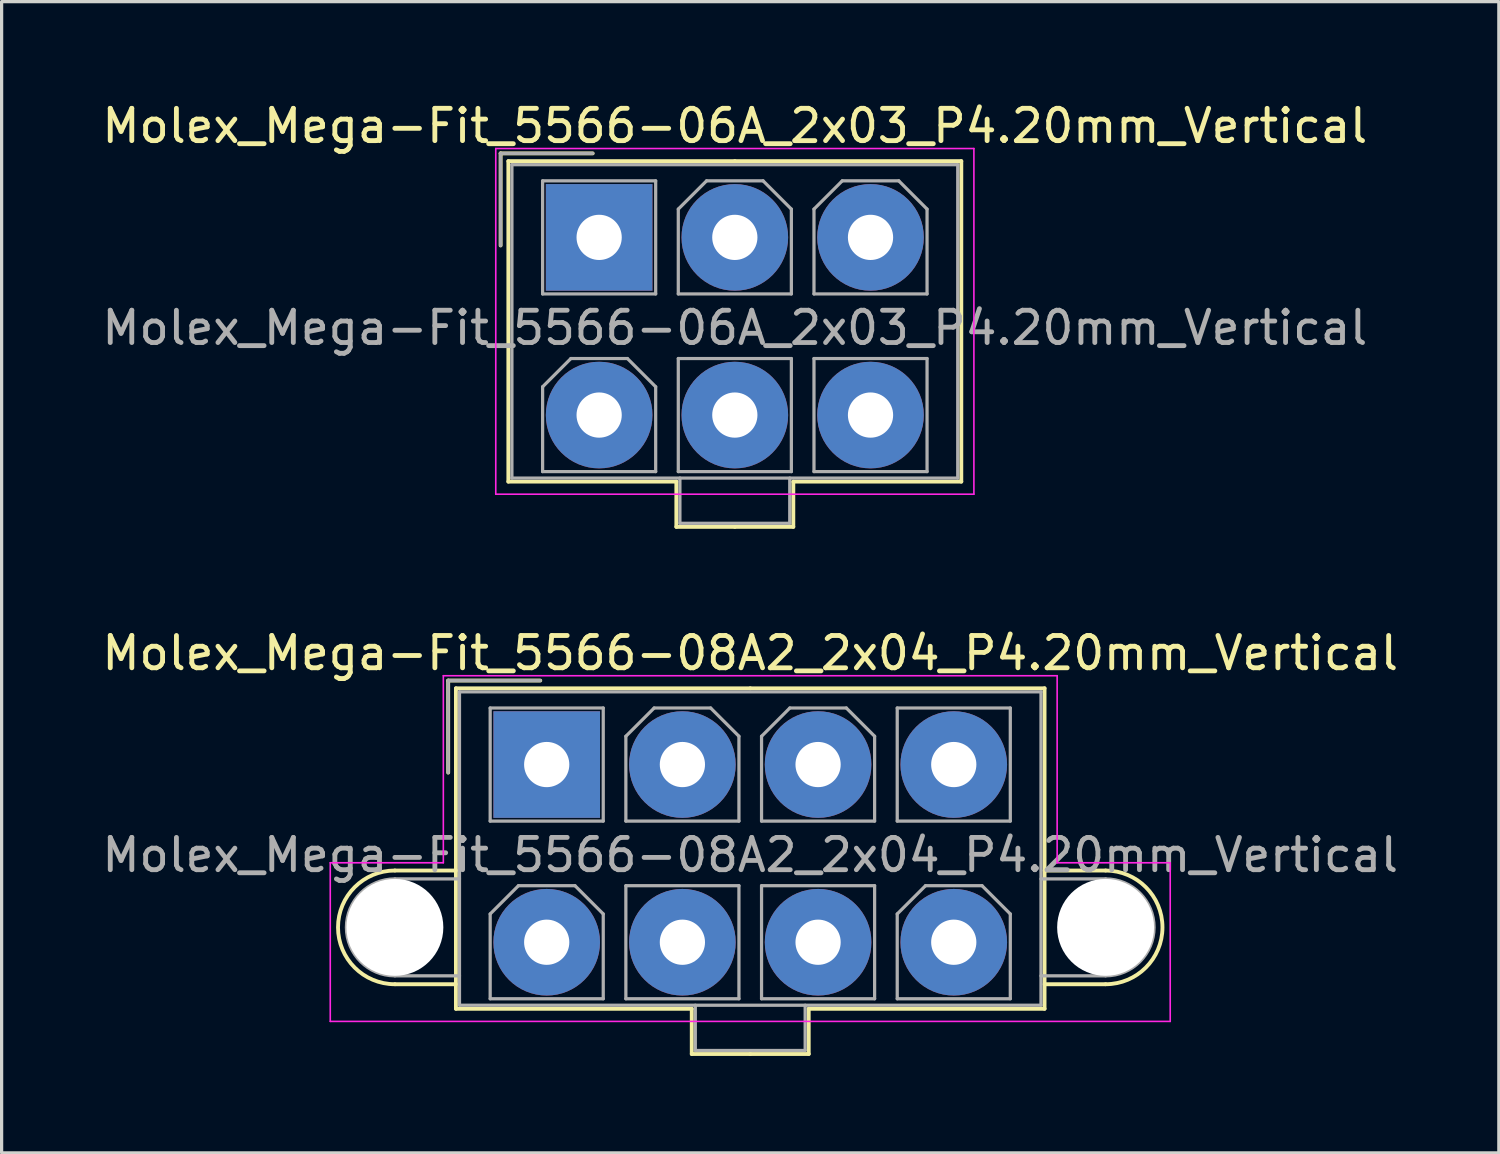
<source format=kicad_pcb>
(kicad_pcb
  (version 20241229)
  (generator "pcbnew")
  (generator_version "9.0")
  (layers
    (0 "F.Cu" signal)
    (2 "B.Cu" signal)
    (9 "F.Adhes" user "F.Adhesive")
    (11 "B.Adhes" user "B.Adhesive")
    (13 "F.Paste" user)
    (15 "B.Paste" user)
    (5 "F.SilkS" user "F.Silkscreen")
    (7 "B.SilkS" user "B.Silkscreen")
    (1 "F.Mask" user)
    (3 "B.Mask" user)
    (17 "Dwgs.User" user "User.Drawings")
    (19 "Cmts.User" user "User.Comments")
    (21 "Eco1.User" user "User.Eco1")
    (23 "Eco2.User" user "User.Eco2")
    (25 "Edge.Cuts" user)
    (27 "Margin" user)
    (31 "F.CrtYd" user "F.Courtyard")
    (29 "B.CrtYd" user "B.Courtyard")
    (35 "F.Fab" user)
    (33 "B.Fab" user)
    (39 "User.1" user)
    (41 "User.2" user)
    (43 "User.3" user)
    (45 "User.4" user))
  (footprint "Molex_Mega-Fit_5566-06A_2x03_P4.20mm_Vertical"
    (layer "F.Cu")
    (at 15.496 4.298)
    (property "Reference" "Molex_Mega-Fit_5566-06A_2x03_P4.20mm_Vertical" (at 4.2 -3.45 0) (layer "F.SilkS") (effects (font (size 1 1) (thickness 0.15))))
    (attr through_hole)
    (fp_line (start -3.05 -2.6) (end -3.05 0.25) (stroke (width 0.12) (type solid)) (layer "F.SilkS"))
    (fp_line (start -2.81 -2.36) (end -2.81 7.56) (stroke (width 0.12) (type solid)) (layer "F.SilkS"))
    (fp_line (start -2.81 7.56) (end 2.39 7.56) (stroke (width 0.12) (type solid)) (layer "F.SilkS"))
    (fp_line (start -0.2 -2.6) (end -3.05 -2.6) (stroke (width 0.12) (type solid)) (layer "F.SilkS"))
    (fp_line (start 2.39 7.56) (end 2.39 8.96) (stroke (width 0.12) (type solid)) (layer "F.SilkS"))
    (fp_line (start 2.39 8.96) (end 4.2 8.96) (stroke (width 0.12) (type solid)) (layer "F.SilkS"))
    (fp_line (start 4.2 -2.36) (end -2.81 -2.36) (stroke (width 0.12) (type solid)) (layer "F.SilkS"))
    (fp_line (start 4.2 -2.36) (end 11.21 -2.36) (stroke (width 0.12) (type solid)) (layer "F.SilkS"))
    (fp_line (start 6.01 7.56) (end 6.01 8.96) (stroke (width 0.12) (type solid)) (layer "F.SilkS"))
    (fp_line (start 6.01 8.96) (end 4.2 8.96) (stroke (width 0.12) (type solid)) (layer "F.SilkS"))
    (fp_line (start 11.21 -2.36) (end 11.21 7.56) (stroke (width 0.12) (type solid)) (layer "F.SilkS"))
    (fp_line (start 11.21 7.56) (end 6.01 7.56) (stroke (width 0.12) (type solid)) (layer "F.SilkS"))
    (fp_line (start -3.2 -2.75) (end -3.2 7.95) (stroke (width 0.05) (type solid)) (layer "F.CrtYd"))
    (fp_line (start -3.2 7.95) (end 11.6 7.95) (stroke (width 0.05) (type solid)) (layer "F.CrtYd"))
    (fp_line (start 11.6 -2.75) (end -3.2 -2.75) (stroke (width 0.05) (type solid)) (layer "F.CrtYd"))
    (fp_line (start 11.6 7.95) (end 11.6 -2.75) (stroke (width 0.05) (type solid)) (layer "F.CrtYd"))
    (fp_line (start -3.05 -2.6) (end -3.05 0.25) (stroke (width 0.1) (type solid)) (layer "F.Fab"))
    (fp_line (start -2.7 -2.25) (end -2.7 7.45) (stroke (width 0.1) (type solid)) (layer "F.Fab"))
    (fp_line (start -2.7 7.45) (end 11.1 7.45) (stroke (width 0.1) (type solid)) (layer "F.Fab"))
    (fp_line (start -1.75 -1.75) (end -1.75 1.75) (stroke (width 0.1) (type solid)) (layer "F.Fab"))
    (fp_line (start -1.75 1.75) (end 1.75 1.75) (stroke (width 0.1) (type solid)) (layer "F.Fab"))
    (fp_line (start -1.75 4.625) (end -0.875 3.75) (stroke (width 0.1) (type solid)) (layer "F.Fab"))
    (fp_line (start -1.75 7.25) (end -1.75 4.625) (stroke (width 0.1) (type solid)) (layer "F.Fab"))
    (fp_line (start -0.875 3.75) (end 0.875 3.75) (stroke (width 0.1) (type solid)) (layer "F.Fab"))
    (fp_line (start -0.2 -2.6) (end -3.05 -2.6) (stroke (width 0.1) (type solid)) (layer "F.Fab"))
    (fp_line (start 0.875 3.75) (end 1.75 4.625) (stroke (width 0.1) (type solid)) (layer "F.Fab"))
    (fp_line (start 1.75 -1.75) (end -1.75 -1.75) (stroke (width 0.1) (type solid)) (layer "F.Fab"))
    (fp_line (start 1.75 1.75) (end 1.75 -1.75) (stroke (width 0.1) (type solid)) (layer "F.Fab"))
    (fp_line (start 1.75 4.625) (end 1.75 7.25) (stroke (width 0.1) (type solid)) (layer "F.Fab"))
    (fp_line (start 1.75 7.25) (end -1.75 7.25) (stroke (width 0.1) (type solid)) (layer "F.Fab"))
    (fp_line (start 2.45 -0.875) (end 3.325 -1.75) (stroke (width 0.1) (type solid)) (layer "F.Fab"))
    (fp_line (start 2.45 1.75) (end 2.45 -0.875) (stroke (width 0.1) (type solid)) (layer "F.Fab"))
    (fp_line (start 2.45 3.75) (end 2.45 7.25) (stroke (width 0.1) (type solid)) (layer "F.Fab"))
    (fp_line (start 2.45 7.25) (end 5.95 7.25) (stroke (width 0.1) (type solid)) (layer "F.Fab"))
    (fp_line (start 2.5 7.45) (end 2.5 8.85) (stroke (width 0.1) (type solid)) (layer "F.Fab"))
    (fp_line (start 2.5 8.85) (end 5.9 8.85) (stroke (width 0.1) (type solid)) (layer "F.Fab"))
    (fp_line (start 3.325 -1.75) (end 5.075 -1.75) (stroke (width 0.1) (type solid)) (layer "F.Fab"))
    (fp_line (start 5.075 -1.75) (end 5.95 -0.875) (stroke (width 0.1) (type solid)) (layer "F.Fab"))
    (fp_line (start 5.9 8.85) (end 5.9 7.45) (stroke (width 0.1) (type solid)) (layer "F.Fab"))
    (fp_line (start 5.95 -0.875) (end 5.95 1.75) (stroke (width 0.1) (type solid)) (layer "F.Fab"))
    (fp_line (start 5.95 1.75) (end 2.45 1.75) (stroke (width 0.1) (type solid)) (layer "F.Fab"))
    (fp_line (start 5.95 3.75) (end 2.45 3.75) (stroke (width 0.1) (type solid)) (layer "F.Fab"))
    (fp_line (start 5.95 7.25) (end 5.95 3.75) (stroke (width 0.1) (type solid)) (layer "F.Fab"))
    (fp_line (start 6.65 -0.875) (end 7.525 -1.75) (stroke (width 0.1) (type solid)) (layer "F.Fab"))
    (fp_line (start 6.65 1.75) (end 6.65 -0.875) (stroke (width 0.1) (type solid)) (layer "F.Fab"))
    (fp_line (start 6.65 3.75) (end 6.65 7.25) (stroke (width 0.1) (type solid)) (layer "F.Fab"))
    (fp_line (start 6.65 7.25) (end 10.15 7.25) (stroke (width 0.1) (type solid)) (layer "F.Fab"))
    (fp_line (start 7.525 -1.75) (end 9.275 -1.75) (stroke (width 0.1) (type solid)) (layer "F.Fab"))
    (fp_line (start 9.275 -1.75) (end 10.15 -0.875) (stroke (width 0.1) (type solid)) (layer "F.Fab"))
    (fp_line (start 10.15 -0.875) (end 10.15 1.75) (stroke (width 0.1) (type solid)) (layer "F.Fab"))
    (fp_line (start 10.15 1.75) (end 6.65 1.75) (stroke (width 0.1) (type solid)) (layer "F.Fab"))
    (fp_line (start 10.15 3.75) (end 6.65 3.75) (stroke (width 0.1) (type solid)) (layer "F.Fab"))
    (fp_line (start 10.15 7.25) (end 10.15 3.75) (stroke (width 0.1) (type solid)) (layer "F.Fab"))
    (fp_line (start 11.1 -2.25) (end -2.7 -2.25) (stroke (width 0.1) (type solid)) (layer "F.Fab"))
    (fp_line (start 11.1 7.45) (end 11.1 -2.25) (stroke (width 0.1) (type solid)) (layer "F.Fab"))
    (fp_text user "${REFERENCE}" (at 4.2 2.8 0) (layer "F.Fab") (effects (font (size 1 1) (thickness 0.15))))
    (pad "1" thru_hole rect (at 0 0) (size 3.3 3.3) (drill 1.4) (layers "*.Cu" "*.Mask"))
    (pad "2" thru_hole circle (at 4.2 0) (size 3.3 3.3) (drill 1.4) (layers "*.Cu" "*.Mask"))
    (pad "3" thru_hole circle (at 8.4 0) (size 3.3 3.3) (drill 1.4) (layers "*.Cu" "*.Mask"))
    (pad "4" thru_hole circle (at 0 5.5) (size 3.3 3.3) (drill 1.4) (layers "*.Cu" "*.Mask"))
    (pad "5" thru_hole circle (at 4.2 5.5) (size 3.3 3.3) (drill 1.4) (layers "*.Cu" "*.Mask"))
    (pad "6" thru_hole circle (at 8.4 5.5) (size 3.3 3.3) (drill 1.4) (layers "*.Cu" "*.Mask")))
  (footprint "Molex_Mega-Fit_5566-08A2_2x04_P4.20mm_Vertical"
    (layer "F.Cu")
    (at 13.873 20.616)
    (property "Reference" "Molex_Mega-Fit_5566-08A2_2x04_P4.20mm_Vertical" (at 6.3 -3.45 0) (layer "F.SilkS") (effects (font (size 1 1) (thickness 0.15))))
    (attr through_hole)
    (fp_line (start -4.7 3.28) (end -2.81 3.28) (stroke (width 0.12) (type solid)) (layer "F.SilkS"))
    (fp_line (start -4.7 6.8) (end -2.81 6.8) (stroke (width 0.12) (type solid)) (layer "F.SilkS"))
    (fp_line (start -3.05 -2.6) (end -3.05 0.25) (stroke (width 0.12) (type solid)) (layer "F.SilkS"))
    (fp_line (start -2.81 -2.36) (end -2.81 7.56) (stroke (width 0.12) (type solid)) (layer "F.SilkS"))
    (fp_line (start -2.81 7.56) (end 4.49 7.56) (stroke (width 0.12) (type solid)) (layer "F.SilkS"))
    (fp_line (start -0.2 -2.6) (end -3.05 -2.6) (stroke (width 0.12) (type solid)) (layer "F.SilkS"))
    (fp_line (start 4.49 7.56) (end 4.49 8.96) (stroke (width 0.12) (type solid)) (layer "F.SilkS"))
    (fp_line (start 4.49 8.96) (end 6.3 8.96) (stroke (width 0.12) (type solid)) (layer "F.SilkS"))
    (fp_line (start 6.3 -2.36) (end -2.81 -2.36) (stroke (width 0.12) (type solid)) (layer "F.SilkS"))
    (fp_line (start 6.3 -2.36) (end 15.41 -2.36) (stroke (width 0.12) (type solid)) (layer "F.SilkS"))
    (fp_line (start 8.11 7.56) (end 8.11 8.96) (stroke (width 0.12) (type solid)) (layer "F.SilkS"))
    (fp_line (start 8.11 8.96) (end 6.3 8.96) (stroke (width 0.12) (type solid)) (layer "F.SilkS"))
    (fp_line (start 15.41 -2.36) (end 15.41 7.56) (stroke (width 0.12) (type solid)) (layer "F.SilkS"))
    (fp_line (start 15.41 7.56) (end 8.11 7.56) (stroke (width 0.12) (type solid)) (layer "F.SilkS"))
    (fp_line (start 17.3 3.28) (end 15.41 3.28) (stroke (width 0.12) (type solid)) (layer "F.SilkS"))
    (fp_line (start 17.3 6.8) (end 15.41 6.8) (stroke (width 0.12) (type solid)) (layer "F.SilkS"))
    (fp_arc (start -4.7 6.8) (mid -6.46 5.04) (end -4.7 3.28) (stroke (width 0.12) (type solid)) (layer "F.SilkS"))
    (fp_arc (start 17.3 3.28) (mid 19.06 5.04) (end 17.3 6.8) (stroke (width 0.12) (type solid)) (layer "F.SilkS"))
    (fp_line (start -6.7 3.04) (end -6.7 7.95) (stroke (width 0.05) (type solid)) (layer "F.CrtYd"))
    (fp_line (start -6.7 7.95) (end 19.3 7.95) (stroke (width 0.05) (type solid)) (layer "F.CrtYd"))
    (fp_line (start -3.2 -2.75) (end -3.2 3.04) (stroke (width 0.05) (type solid)) (layer "F.CrtYd"))
    (fp_line (start -3.2 3.04) (end -6.7 3.04) (stroke (width 0.05) (type solid)) (layer "F.CrtYd"))
    (fp_line (start 15.8 -2.75) (end -3.2 -2.75) (stroke (width 0.05) (type solid)) (layer "F.CrtYd"))
    (fp_line (start 15.8 3.04) (end 15.8 -2.75) (stroke (width 0.05) (type solid)) (layer "F.CrtYd"))
    (fp_line (start 19.3 3.04) (end 15.8 3.04) (stroke (width 0.05) (type solid)) (layer "F.CrtYd"))
    (fp_line (start 19.3 7.95) (end 19.3 3.04) (stroke (width 0.05) (type solid)) (layer "F.CrtYd"))
    (fp_line (start -4.7 3.54) (end -2.7 3.54) (stroke (width 0.1) (type solid)) (layer "F.Fab"))
    (fp_line (start -4.7 6.54) (end -2.7 6.54) (stroke (width 0.1) (type solid)) (layer "F.Fab"))
    (fp_line (start -3.05 -2.6) (end -3.05 0.25) (stroke (width 0.1) (type solid)) (layer "F.Fab"))
    (fp_line (start -2.7 -2.25) (end -2.7 7.45) (stroke (width 0.1) (type solid)) (layer "F.Fab"))
    (fp_line (start -2.7 7.45) (end 15.3 7.45) (stroke (width 0.1) (type solid)) (layer "F.Fab"))
    (fp_line (start -1.75 -1.75) (end -1.75 1.75) (stroke (width 0.1) (type solid)) (layer "F.Fab"))
    (fp_line (start -1.75 1.75) (end 1.75 1.75) (stroke (width 0.1) (type solid)) (layer "F.Fab"))
    (fp_line (start -1.75 4.625) (end -0.875 3.75) (stroke (width 0.1) (type solid)) (layer "F.Fab"))
    (fp_line (start -1.75 7.25) (end -1.75 4.625) (stroke (width 0.1) (type solid)) (layer "F.Fab"))
    (fp_line (start -0.875 3.75) (end 0.875 3.75) (stroke (width 0.1) (type solid)) (layer "F.Fab"))
    (fp_line (start -0.2 -2.6) (end -3.05 -2.6) (stroke (width 0.1) (type solid)) (layer "F.Fab"))
    (fp_line (start 0.875 3.75) (end 1.75 4.625) (stroke (width 0.1) (type solid)) (layer "F.Fab"))
    (fp_line (start 1.75 -1.75) (end -1.75 -1.75) (stroke (width 0.1) (type solid)) (layer "F.Fab"))
    (fp_line (start 1.75 1.75) (end 1.75 -1.75) (stroke (width 0.1) (type solid)) (layer "F.Fab"))
    (fp_line (start 1.75 4.625) (end 1.75 7.25) (stroke (width 0.1) (type solid)) (layer "F.Fab"))
    (fp_line (start 1.75 7.25) (end -1.75 7.25) (stroke (width 0.1) (type solid)) (layer "F.Fab"))
    (fp_line (start 2.45 -0.875) (end 3.325 -1.75) (stroke (width 0.1) (type solid)) (layer "F.Fab"))
    (fp_line (start 2.45 1.75) (end 2.45 -0.875) (stroke (width 0.1) (type solid)) (layer "F.Fab"))
    (fp_line (start 2.45 3.75) (end 2.45 7.25) (stroke (width 0.1) (type solid)) (layer "F.Fab"))
    (fp_line (start 2.45 7.25) (end 5.95 7.25) (stroke (width 0.1) (type solid)) (layer "F.Fab"))
    (fp_line (start 3.325 -1.75) (end 5.075 -1.75) (stroke (width 0.1) (type solid)) (layer "F.Fab"))
    (fp_line (start 4.6 7.45) (end 4.6 8.85) (stroke (width 0.1) (type solid)) (layer "F.Fab"))
    (fp_line (start 4.6 8.85) (end 8 8.85) (stroke (width 0.1) (type solid)) (layer "F.Fab"))
    (fp_line (start 5.075 -1.75) (end 5.95 -0.875) (stroke (width 0.1) (type solid)) (layer "F.Fab"))
    (fp_line (start 5.95 -0.875) (end 5.95 1.75) (stroke (width 0.1) (type solid)) (layer "F.Fab"))
    (fp_line (start 5.95 1.75) (end 2.45 1.75) (stroke (width 0.1) (type solid)) (layer "F.Fab"))
    (fp_line (start 5.95 3.75) (end 2.45 3.75) (stroke (width 0.1) (type solid)) (layer "F.Fab"))
    (fp_line (start 5.95 7.25) (end 5.95 3.75) (stroke (width 0.1) (type solid)) (layer "F.Fab"))
    (fp_line (start 6.65 -0.875) (end 7.525 -1.75) (stroke (width 0.1) (type solid)) (layer "F.Fab"))
    (fp_line (start 6.65 1.75) (end 6.65 -0.875) (stroke (width 0.1) (type solid)) (layer "F.Fab"))
    (fp_line (start 6.65 3.75) (end 6.65 7.25) (stroke (width 0.1) (type solid)) (layer "F.Fab"))
    (fp_line (start 6.65 7.25) (end 10.15 7.25) (stroke (width 0.1) (type solid)) (layer "F.Fab"))
    (fp_line (start 7.525 -1.75) (end 9.275 -1.75) (stroke (width 0.1) (type solid)) (layer "F.Fab"))
    (fp_line (start 8 8.85) (end 8 7.45) (stroke (width 0.1) (type solid)) (layer "F.Fab"))
    (fp_line (start 9.275 -1.75) (end 10.15 -0.875) (stroke (width 0.1) (type solid)) (layer "F.Fab"))
    (fp_line (start 10.15 -0.875) (end 10.15 1.75) (stroke (width 0.1) (type solid)) (layer "F.Fab"))
    (fp_line (start 10.15 1.75) (end 6.65 1.75) (stroke (width 0.1) (type solid)) (layer "F.Fab"))
    (fp_line (start 10.15 3.75) (end 6.65 3.75) (stroke (width 0.1) (type solid)) (layer "F.Fab"))
    (fp_line (start 10.15 7.25) (end 10.15 3.75) (stroke (width 0.1) (type solid)) (layer "F.Fab"))
    (fp_line (start 10.85 -1.75) (end 10.85 1.75) (stroke (width 0.1) (type solid)) (layer "F.Fab"))
    (fp_line (start 10.85 1.75) (end 14.35 1.75) (stroke (width 0.1) (type solid)) (layer "F.Fab"))
    (fp_line (start 10.85 4.625) (end 11.725 3.75) (stroke (width 0.1) (type solid)) (layer "F.Fab"))
    (fp_line (start 10.85 7.25) (end 10.85 4.625) (stroke (width 0.1) (type solid)) (layer "F.Fab"))
    (fp_line (start 11.725 3.75) (end 13.475 3.75) (stroke (width 0.1) (type solid)) (layer "F.Fab"))
    (fp_line (start 13.475 3.75) (end 14.35 4.625) (stroke (width 0.1) (type solid)) (layer "F.Fab"))
    (fp_line (start 14.35 -1.75) (end 10.85 -1.75) (stroke (width 0.1) (type solid)) (layer "F.Fab"))
    (fp_line (start 14.35 1.75) (end 14.35 -1.75) (stroke (width 0.1) (type solid)) (layer "F.Fab"))
    (fp_line (start 14.35 4.625) (end 14.35 7.25) (stroke (width 0.1) (type solid)) (layer "F.Fab"))
    (fp_line (start 14.35 7.25) (end 10.85 7.25) (stroke (width 0.1) (type solid)) (layer "F.Fab"))
    (fp_line (start 15.3 -2.25) (end -2.7 -2.25) (stroke (width 0.1) (type solid)) (layer "F.Fab"))
    (fp_line (start 15.3 7.45) (end 15.3 -2.25) (stroke (width 0.1) (type solid)) (layer "F.Fab"))
    (fp_line (start 17.3 3.54) (end 15.3 3.54) (stroke (width 0.1) (type solid)) (layer "F.Fab"))
    (fp_line (start 17.3 6.54) (end 15.3 6.54) (stroke (width 0.1) (type solid)) (layer "F.Fab"))
    (fp_arc (start -4.7 6.54) (mid -6.2 5.04) (end -4.7 3.54) (stroke (width 0.1) (type solid)) (layer "F.Fab"))
    (fp_arc (start 17.3 3.54) (mid 18.8 5.04) (end 17.3 6.54) (stroke (width 0.1) (type solid)) (layer "F.Fab"))
    (fp_text user "${REFERENCE}" (at 6.3 2.8 0) (layer "F.Fab") (effects (font (size 1 1) (thickness 0.15))))
    (pad "" np_thru_hole circle (at -4.7 5.04) (size 3 3) (drill 3) (layers "*.Cu" "*.Mask"))
    (pad "" np_thru_hole circle (at 17.3 5.04) (size 3 3) (drill 3) (layers "*.Cu" "*.Mask"))
    (pad "1" thru_hole rect (at 0 0) (size 3.3 3.3) (drill 1.4) (layers "*.Cu" "*.Mask"))
    (pad "2" thru_hole circle (at 4.2 0) (size 3.3 3.3) (drill 1.4) (layers "*.Cu" "*.Mask"))
    (pad "3" thru_hole circle (at 8.4 0) (size 3.3 3.3) (drill 1.4) (layers "*.Cu" "*.Mask"))
    (pad "4" thru_hole circle (at 12.6 0) (size 3.3 3.3) (drill 1.4) (layers "*.Cu" "*.Mask"))
    (pad "5" thru_hole circle (at 0 5.5) (size 3.3 3.3) (drill 1.4) (layers "*.Cu" "*.Mask"))
    (pad "6" thru_hole circle (at 4.2 5.5) (size 3.3 3.3) (drill 1.4) (layers "*.Cu" "*.Mask"))
    (pad "7" thru_hole circle (at 8.4 5.5) (size 3.3 3.3) (drill 1.4) (layers "*.Cu" "*.Mask"))
    (pad "8" thru_hole circle (at 12.6 5.5) (size 3.3 3.3) (drill 1.4) (layers "*.Cu" "*.Mask")))
  (gr_rect
    (start -3 -3)
    (end 43.345 32.636)
    (stroke (width 0.1) (type default))
    (fill no)
    (layer "Edge.Cuts")))
</source>
